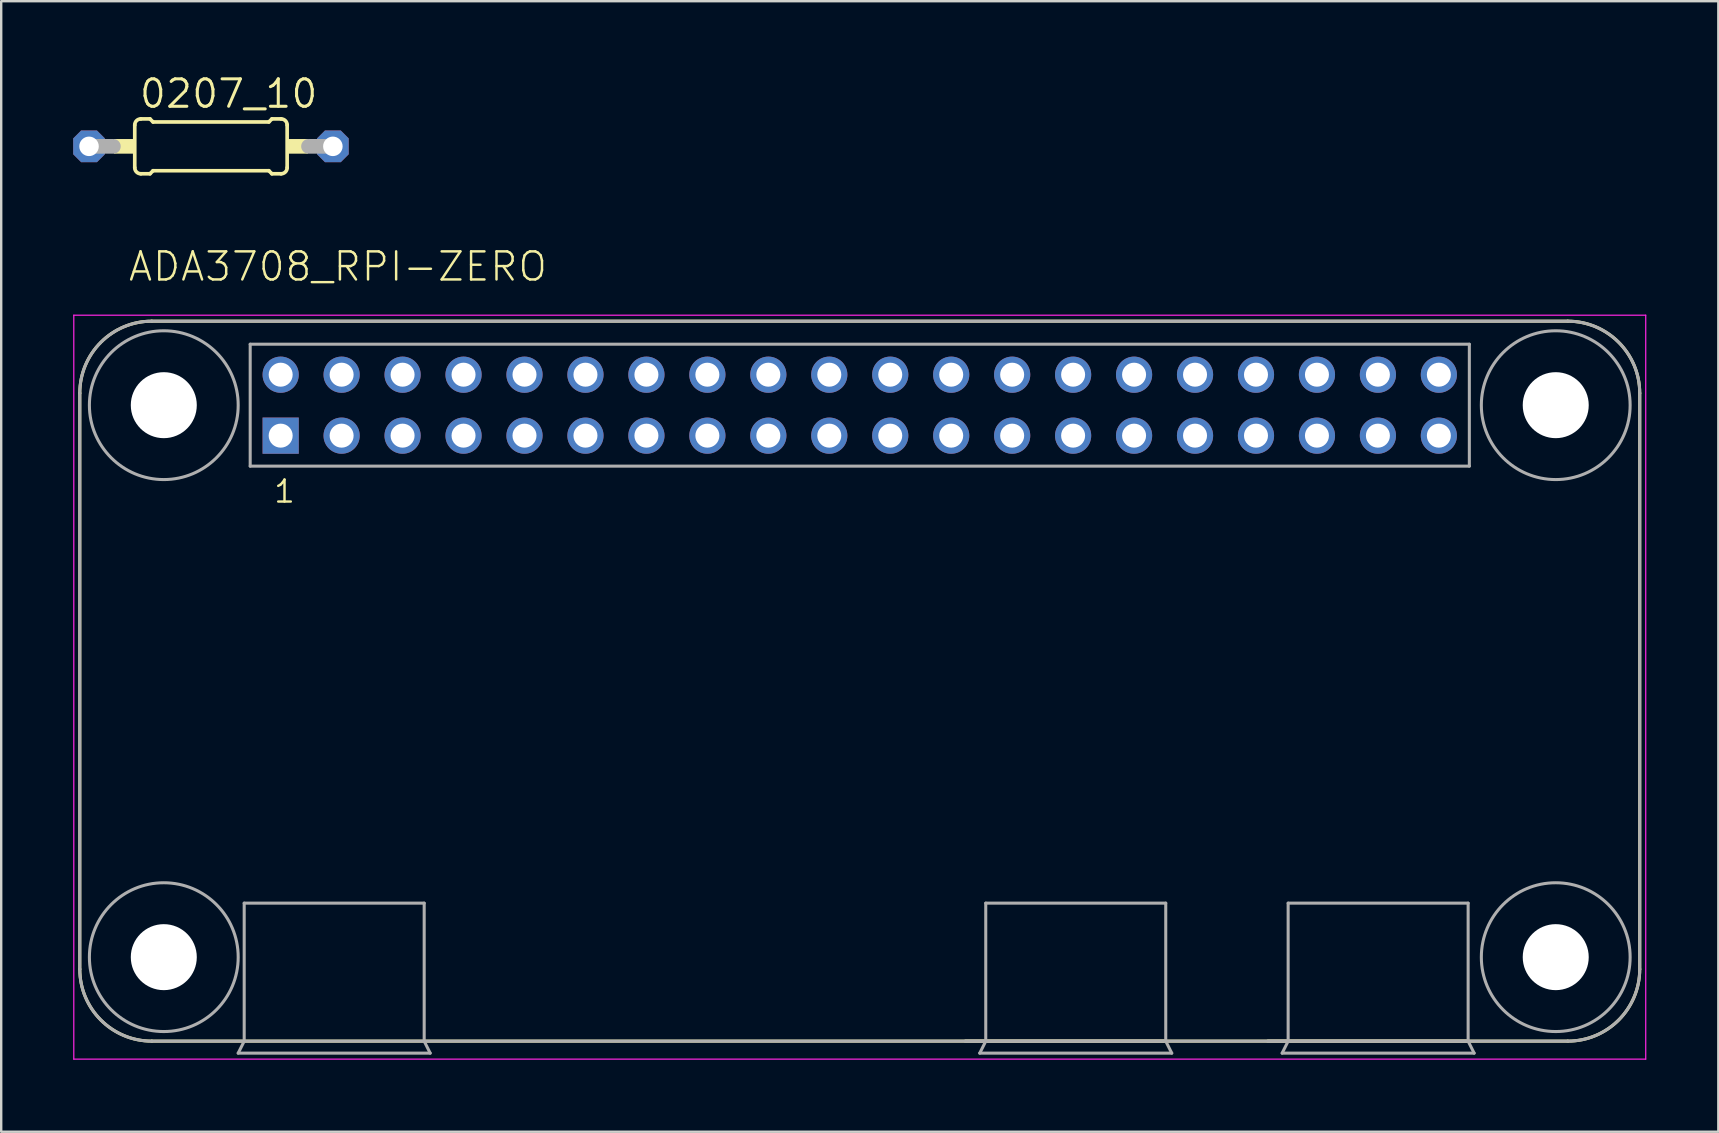
<source format=kicad_pcb>
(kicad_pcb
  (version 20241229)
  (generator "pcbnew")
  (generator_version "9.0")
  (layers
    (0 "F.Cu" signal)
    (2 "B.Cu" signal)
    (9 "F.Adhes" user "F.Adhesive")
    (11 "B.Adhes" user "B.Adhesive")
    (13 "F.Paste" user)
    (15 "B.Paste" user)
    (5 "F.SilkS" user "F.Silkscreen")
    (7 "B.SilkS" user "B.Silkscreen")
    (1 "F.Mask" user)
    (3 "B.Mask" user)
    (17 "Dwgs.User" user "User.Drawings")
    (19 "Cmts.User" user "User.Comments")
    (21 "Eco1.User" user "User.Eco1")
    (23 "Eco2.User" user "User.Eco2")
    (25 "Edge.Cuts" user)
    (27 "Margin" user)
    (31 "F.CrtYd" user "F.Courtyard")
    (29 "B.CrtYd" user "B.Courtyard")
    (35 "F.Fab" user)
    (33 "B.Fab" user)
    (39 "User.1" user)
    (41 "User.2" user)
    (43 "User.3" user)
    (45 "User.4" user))
  (footprint "ADA3708_RPI-ZERO"
    (layer "F.Cu")
    (at 32.775 13.833)
    (property "Reference" "ADA3708_RPI-ZERO" (at -30.538 -5.09 0) (layer "F.SilkS") (effects (font (size 1.171 1.171) (thickness 0.102)) (justify left bottom)))
    (fp_line (start -32.5 -0.5) (end -32.5 23.5) (stroke (width 0.127) (type solid)) (layer "F.SilkS"))
    (fp_line (start -29.5 26.5) (end 29.5 26.5) (stroke (width 0.127) (type solid)) (layer "F.SilkS"))
    (fp_line (start 4.4 26.5) (end 12.75 26.5) (stroke (width 0.127) (type solid)) (layer "F.SilkS"))
    (fp_line (start 17 26.5) (end 25.35 26.5) (stroke (width 0.127) (type solid)) (layer "F.SilkS"))
    (fp_line (start 29.5 -3.5) (end -29.5 -3.5) (stroke (width 0.127) (type solid)) (layer "F.SilkS"))
    (fp_line (start 32.5 23.5) (end 32.5 -0.5) (stroke (width 0.127) (type solid)) (layer "F.SilkS"))
    (fp_arc (start -32.500001 -0.499999) (mid -31.621321 -2.62132) (end -29.5 -3.5) (stroke (width 0.127) (type solid)) (layer "F.SilkS"))
    (fp_arc (start -29.5 26.5) (mid -31.62132 25.62132) (end -32.5 23.5) (stroke (width 0.127) (type solid)) (layer "F.SilkS"))
    (fp_arc (start 29.499999 -3.499999) (mid 31.62132 -2.62132) (end 32.5 -0.5) (stroke (width 0.127) (type solid)) (layer "F.SilkS"))
    (fp_arc (start 32.5 23.5) (mid 31.62132 25.62132) (end 29.5 26.5) (stroke (width 0.127) (type solid)) (layer "F.SilkS"))
    (fp_line (start -32.75 -3.75) (end 32.75 -3.75) (stroke (width 0.05) (type solid)) (layer "F.CrtYd"))
    (fp_line (start -32.75 27.25) (end -32.75 -3.75) (stroke (width 0.05) (type solid)) (layer "F.CrtYd"))
    (fp_line (start 32.75 -3.75) (end 32.75 27.25) (stroke (width 0.05) (type solid)) (layer "F.CrtYd"))
    (fp_line (start 32.75 27.25) (end -32.75 27.25) (stroke (width 0.05) (type solid)) (layer "F.CrtYd"))
    (fp_line (start -32.5 -0.5) (end -32.5 23.5) (stroke (width 0.127) (type solid)) (layer "F.Fab"))
    (fp_line (start -29.5 26.5) (end -25.65 26.5) (stroke (width 0.127) (type solid)) (layer "F.Fab"))
    (fp_line (start -25.9 27) (end -17.9 27) (stroke (width 0.127) (type solid)) (layer "F.Fab"))
    (fp_line (start -25.65 20.75) (end -18.15 20.75) (stroke (width 0.127) (type solid)) (layer "F.Fab"))
    (fp_line (start -25.65 26.5) (end -25.9 27) (stroke (width 0.127) (type solid)) (layer "F.Fab"))
    (fp_line (start -25.65 26.5) (end -25.65 20.75) (stroke (width 0.127) (type solid)) (layer "F.Fab"))
    (fp_line (start -25.65 26.5) (end -18.15 26.5) (stroke (width 0.127) (type solid)) (layer "F.Fab"))
    (fp_line (start -25.4 -2.54) (end -25.4 2.54) (stroke (width 0.127) (type solid)) (layer "F.Fab"))
    (fp_line (start -25.4 2.54) (end 25.4 2.54) (stroke (width 0.127) (type solid)) (layer "F.Fab"))
    (fp_line (start -18.15 20.75) (end -18.15 26.5) (stroke (width 0.127) (type solid)) (layer "F.Fab"))
    (fp_line (start -18.15 26.5) (end 29.5 26.5) (stroke (width 0.127) (type solid)) (layer "F.Fab"))
    (fp_line (start -17.9 27) (end -18.15 26.5) (stroke (width 0.127) (type solid)) (layer "F.Fab"))
    (fp_line (start 4.4 26.5) (end 5.25 26.5) (stroke (width 0.127) (type solid)) (layer "F.Fab"))
    (fp_line (start 5 27) (end 13 27) (stroke (width 0.127) (type solid)) (layer "F.Fab"))
    (fp_line (start 5.25 20.75) (end 12.75 20.75) (stroke (width 0.127) (type solid)) (layer "F.Fab"))
    (fp_line (start 5.25 26.5) (end 5 27) (stroke (width 0.127) (type solid)) (layer "F.Fab"))
    (fp_line (start 5.25 26.5) (end 5.25 20.75) (stroke (width 0.127) (type solid)) (layer "F.Fab"))
    (fp_line (start 5.25 26.5) (end 12.75 26.5) (stroke (width 0.127) (type solid)) (layer "F.Fab"))
    (fp_line (start 12.75 20.75) (end 12.75 26.5) (stroke (width 0.127) (type solid)) (layer "F.Fab"))
    (fp_line (start 13 27) (end 12.75 26.5) (stroke (width 0.127) (type solid)) (layer "F.Fab"))
    (fp_line (start 17 26.5) (end 17.85 26.5) (stroke (width 0.127) (type solid)) (layer "F.Fab"))
    (fp_line (start 17.6 27) (end 25.6 27) (stroke (width 0.127) (type solid)) (layer "F.Fab"))
    (fp_line (start 17.85 20.75) (end 25.35 20.75) (stroke (width 0.127) (type solid)) (layer "F.Fab"))
    (fp_line (start 17.85 26.5) (end 17.6 27) (stroke (width 0.127) (type solid)) (layer "F.Fab"))
    (fp_line (start 17.85 26.5) (end 17.85 20.75) (stroke (width 0.127) (type solid)) (layer "F.Fab"))
    (fp_line (start 17.85 26.5) (end 25.35 26.5) (stroke (width 0.127) (type solid)) (layer "F.Fab"))
    (fp_line (start 25.35 20.75) (end 25.35 26.5) (stroke (width 0.127) (type solid)) (layer "F.Fab"))
    (fp_line (start 25.4 -2.54) (end -25.4 -2.54) (stroke (width 0.127) (type solid)) (layer "F.Fab"))
    (fp_line (start 25.4 2.54) (end 25.4 -2.54) (stroke (width 0.127) (type solid)) (layer "F.Fab"))
    (fp_line (start 25.6 27) (end 25.35 26.5) (stroke (width 0.127) (type solid)) (layer "F.Fab"))
    (fp_line (start 29.5 -3.5) (end -29.5 -3.5) (stroke (width 0.127) (type solid)) (layer "F.Fab"))
    (fp_line (start 32.5 23.5) (end 32.5 -0.5) (stroke (width 0.127) (type solid)) (layer "F.Fab"))
    (fp_arc (start -32.500001 -0.499999) (mid -31.621321 -2.62132) (end -29.5 -3.5) (stroke (width 0.127) (type solid)) (layer "F.Fab"))
    (fp_arc (start -29.5 26.5) (mid -31.62132 25.62132) (end -32.5 23.5) (stroke (width 0.127) (type solid)) (layer "F.Fab"))
    (fp_arc (start 29.499999 -3.499999) (mid 31.62132 -2.62132) (end 32.5 -0.5) (stroke (width 0.127) (type solid)) (layer "F.Fab"))
    (fp_arc (start 32.5 23.5) (mid 31.62132 25.62132) (end 29.5 26.5) (stroke (width 0.127) (type solid)) (layer "F.Fab"))
    (fp_circle (center -29 0) (end -25.9 0) (stroke (width 0.127) (type solid)) (fill no) (layer "F.Fab"))
    (fp_circle (center -29 23) (end -25.9 23) (stroke (width 0.127) (type solid)) (fill no) (layer "F.Fab"))
    (fp_circle (center 29 0) (end 32.1 0) (stroke (width 0.127) (type solid)) (fill no) (layer "F.Fab"))
    (fp_circle (center 29 23) (end 32.1 23) (stroke (width 0.127) (type solid)) (fill no) (layer "F.Fab"))
    (fp_text user "1" (at -24.473 4.132 0) (layer "F.SilkS") (effects (font (size 0.915 0.915) (thickness 0.102)) (justify left bottom)))
    (pad "" np_thru_hole circle (at -29 0) (size 2.75 2.75) (drill 2.75) (layers "*.Cu" "*.Mask"))
    (pad "" np_thru_hole circle (at -29 23) (size 2.75 2.75) (drill 2.75) (layers "*.Cu" "*.Mask"))
    (pad "" np_thru_hole circle (at 29 0) (size 2.75 2.75) (drill 2.75) (layers "*.Cu" "*.Mask"))
    (pad "" np_thru_hole circle (at 29 23) (size 2.75 2.75) (drill 2.75) (layers "*.Cu" "*.Mask"))
    (pad "1" thru_hole rect (at -24.13 1.27) (size 1.508 1.508) (drill 1) (layers "*.Cu" "*.Mask"))
    (pad "2" thru_hole circle (at -24.13 -1.27) (size 1.508 1.508) (drill 1) (layers "*.Cu" "*.Mask"))
    (pad "3" thru_hole circle (at -21.59 1.27) (size 1.508 1.508) (drill 1) (layers "*.Cu" "*.Mask"))
    (pad "4" thru_hole circle (at -21.59 -1.27) (size 1.508 1.508) (drill 1) (layers "*.Cu" "*.Mask"))
    (pad "5" thru_hole circle (at -19.05 1.27) (size 1.508 1.508) (drill 1) (layers "*.Cu" "*.Mask"))
    (pad "6" thru_hole circle (at -19.05 -1.27) (size 1.508 1.508) (drill 1) (layers "*.Cu" "*.Mask"))
    (pad "7" thru_hole circle (at -16.51 1.27) (size 1.508 1.508) (drill 1) (layers "*.Cu" "*.Mask"))
    (pad "8" thru_hole circle (at -16.51 -1.27) (size 1.508 1.508) (drill 1) (layers "*.Cu" "*.Mask"))
    (pad "9" thru_hole circle (at -13.97 1.27) (size 1.508 1.508) (drill 1) (layers "*.Cu" "*.Mask"))
    (pad "10" thru_hole circle (at -13.97 -1.27) (size 1.508 1.508) (drill 1) (layers "*.Cu" "*.Mask"))
    (pad "11" thru_hole circle (at -11.43 1.27) (size 1.508 1.508) (drill 1) (layers "*.Cu" "*.Mask"))
    (pad "12" thru_hole circle (at -11.43 -1.27) (size 1.508 1.508) (drill 1) (layers "*.Cu" "*.Mask"))
    (pad "13" thru_hole circle (at -8.89 1.27) (size 1.508 1.508) (drill 1) (layers "*.Cu" "*.Mask"))
    (pad "14" thru_hole circle (at -8.89 -1.27) (size 1.508 1.508) (drill 1) (layers "*.Cu" "*.Mask"))
    (pad "15" thru_hole circle (at -6.35 1.27) (size 1.508 1.508) (drill 1) (layers "*.Cu" "*.Mask"))
    (pad "16" thru_hole circle (at -6.35 -1.27) (size 1.508 1.508) (drill 1) (layers "*.Cu" "*.Mask"))
    (pad "17" thru_hole circle (at -3.81 1.27) (size 1.508 1.508) (drill 1) (layers "*.Cu" "*.Mask"))
    (pad "18" thru_hole circle (at -3.81 -1.27) (size 1.508 1.508) (drill 1) (layers "*.Cu" "*.Mask"))
    (pad "19" thru_hole circle (at -1.27 1.27) (size 1.508 1.508) (drill 1) (layers "*.Cu" "*.Mask"))
    (pad "20" thru_hole circle (at -1.27 -1.27) (size 1.508 1.508) (drill 1) (layers "*.Cu" "*.Mask"))
    (pad "21" thru_hole circle (at 1.27 1.27) (size 1.508 1.508) (drill 1) (layers "*.Cu" "*.Mask"))
    (pad "22" thru_hole circle (at 1.27 -1.27) (size 1.508 1.508) (drill 1) (layers "*.Cu" "*.Mask"))
    (pad "23" thru_hole circle (at 3.81 1.27) (size 1.508 1.508) (drill 1) (layers "*.Cu" "*.Mask"))
    (pad "24" thru_hole circle (at 3.81 -1.27) (size 1.508 1.508) (drill 1) (layers "*.Cu" "*.Mask"))
    (pad "25" thru_hole circle (at 6.35 1.27) (size 1.508 1.508) (drill 1) (layers "*.Cu" "*.Mask"))
    (pad "26" thru_hole circle (at 6.35 -1.27) (size 1.508 1.508) (drill 1) (layers "*.Cu" "*.Mask"))
    (pad "27" thru_hole circle (at 8.89 1.27) (size 1.508 1.508) (drill 1) (layers "*.Cu" "*.Mask"))
    (pad "28" thru_hole circle (at 8.89 -1.27) (size 1.508 1.508) (drill 1) (layers "*.Cu" "*.Mask"))
    (pad "29" thru_hole circle (at 11.43 1.27) (size 1.508 1.508) (drill 1) (layers "*.Cu" "*.Mask"))
    (pad "30" thru_hole circle (at 11.43 -1.27) (size 1.508 1.508) (drill 1) (layers "*.Cu" "*.Mask"))
    (pad "31" thru_hole circle (at 13.97 1.27) (size 1.508 1.508) (drill 1) (layers "*.Cu" "*.Mask"))
    (pad "32" thru_hole circle (at 13.97 -1.27) (size 1.508 1.508) (drill 1) (layers "*.Cu" "*.Mask"))
    (pad "33" thru_hole circle (at 16.51 1.27) (size 1.508 1.508) (drill 1) (layers "*.Cu" "*.Mask"))
    (pad "34" thru_hole circle (at 16.51 -1.27) (size 1.508 1.508) (drill 1) (layers "*.Cu" "*.Mask"))
    (pad "35" thru_hole circle (at 19.05 1.27) (size 1.508 1.508) (drill 1) (layers "*.Cu" "*.Mask"))
    (pad "36" thru_hole circle (at 19.05 -1.27) (size 1.508 1.508) (drill 1) (layers "*.Cu" "*.Mask"))
    (pad "37" thru_hole circle (at 21.59 1.27) (size 1.508 1.508) (drill 1) (layers "*.Cu" "*.Mask"))
    (pad "38" thru_hole circle (at 21.59 -1.27) (size 1.508 1.508) (drill 1) (layers "*.Cu" "*.Mask"))
    (pad "39" thru_hole circle (at 24.13 1.27) (size 1.508 1.508) (drill 1) (layers "*.Cu" "*.Mask"))
    (pad "40" thru_hole circle (at 24.13 -1.27) (size 1.508 1.508) (drill 1) (layers "*.Cu" "*.Mask")))
  (footprint "0207_10"
    (layer "F.Cu")
    (at 5.74 3.048)
    (property "Reference" "0207_10" (at -3.048 -1.524 0) (layer "F.SilkS") (effects (font (size 1.143 1.143) (thickness 0.127)) (justify left bottom)))
    (fp_line (start -3.175 0.889) (end -3.175 -0.889) (stroke (width 0.152) (type solid)) (layer "F.SilkS"))
    (fp_line (start -2.921 -1.143) (end -2.54 -1.143) (stroke (width 0.152) (type solid)) (layer "F.SilkS"))
    (fp_line (start -2.921 1.143) (end -2.54 1.143) (stroke (width 0.152) (type solid)) (layer "F.SilkS"))
    (fp_line (start -2.413 -1.016) (end -2.54 -1.143) (stroke (width 0.152) (type solid)) (layer "F.SilkS"))
    (fp_line (start -2.413 1.016) (end -2.54 1.143) (stroke (width 0.152) (type solid)) (layer "F.SilkS"))
    (fp_line (start 2.413 -1.016) (end -2.413 -1.016) (stroke (width 0.152) (type solid)) (layer "F.SilkS"))
    (fp_line (start 2.413 -1.016) (end 2.54 -1.143) (stroke (width 0.152) (type solid)) (layer "F.SilkS"))
    (fp_line (start 2.413 1.016) (end -2.413 1.016) (stroke (width 0.152) (type solid)) (layer "F.SilkS"))
    (fp_line (start 2.413 1.016) (end 2.54 1.143) (stroke (width 0.152) (type solid)) (layer "F.SilkS"))
    (fp_line (start 2.921 -1.143) (end 2.54 -1.143) (stroke (width 0.152) (type solid)) (layer "F.SilkS"))
    (fp_line (start 2.921 1.143) (end 2.54 1.143) (stroke (width 0.152) (type solid)) (layer "F.SilkS"))
    (fp_line (start 3.175 0.889) (end 3.175 -0.889) (stroke (width 0.152) (type solid)) (layer "F.SilkS"))
    (fp_arc (start -3.175 -0.889) (mid -3.100605 -1.068605) (end -2.921 -1.143) (stroke (width 0.1524) (type solid)) (layer "F.SilkS"))
    (fp_arc (start -2.921 1.143) (mid -3.100605 1.068605) (end -3.175 0.889) (stroke (width 0.1524) (type solid)) (layer "F.SilkS"))
    (fp_arc (start 2.921 -1.143) (mid 3.100605 -1.068605) (end 3.175 -0.889) (stroke (width 0.1524) (type solid)) (layer "F.SilkS"))
    (fp_arc (start 3.175 0.889) (mid 3.100605 1.068605) (end 2.921 1.143) (stroke (width 0.1524) (type solid)) (layer "F.SilkS"))
    (fp_poly (pts (xy -4.039 0.305) (xy -3.175 0.305) (xy -3.175 -0.305) (xy -4.039 -0.305)) (stroke (width 0) (type solid)) (fill yes) (layer "F.SilkS"))
    (fp_poly (pts (xy 3.175 0.305) (xy 4.039 0.305) (xy 4.039 -0.305) (xy 3.175 -0.305)) (stroke (width 0) (type solid)) (fill yes) (layer "F.SilkS"))
    (fp_line (start -5.08 0) (end -4.064 0) (stroke (width 0.61) (type solid)) (layer "F.Fab"))
    (fp_line (start 5.08 0) (end 4.064 0) (stroke (width 0.61) (type solid)) (layer "F.Fab"))
    (pad "1" thru_hole roundrect (at -5.08 0) (size 1.321 1.321) (drill 0.813) (layers "*.Cu" "*.Mask") (roundrect_rratio 0.25) (chamfer_ratio 0.25) (chamfer top_left top_right bottom_left bottom_right))
    (pad "2" thru_hole roundrect (at 5.08 0) (size 1.321 1.321) (drill 0.813) (layers "*.Cu" "*.Mask") (roundrect_rratio 0.25) (chamfer_ratio 0.25) (chamfer top_left top_right bottom_left bottom_right)))
  (gr_rect
    (start -3 -3)
    (end 68.55 44.108)
    (stroke (width 0.1) (type default))
    (fill no)
    (layer "Edge.Cuts")))
</source>
